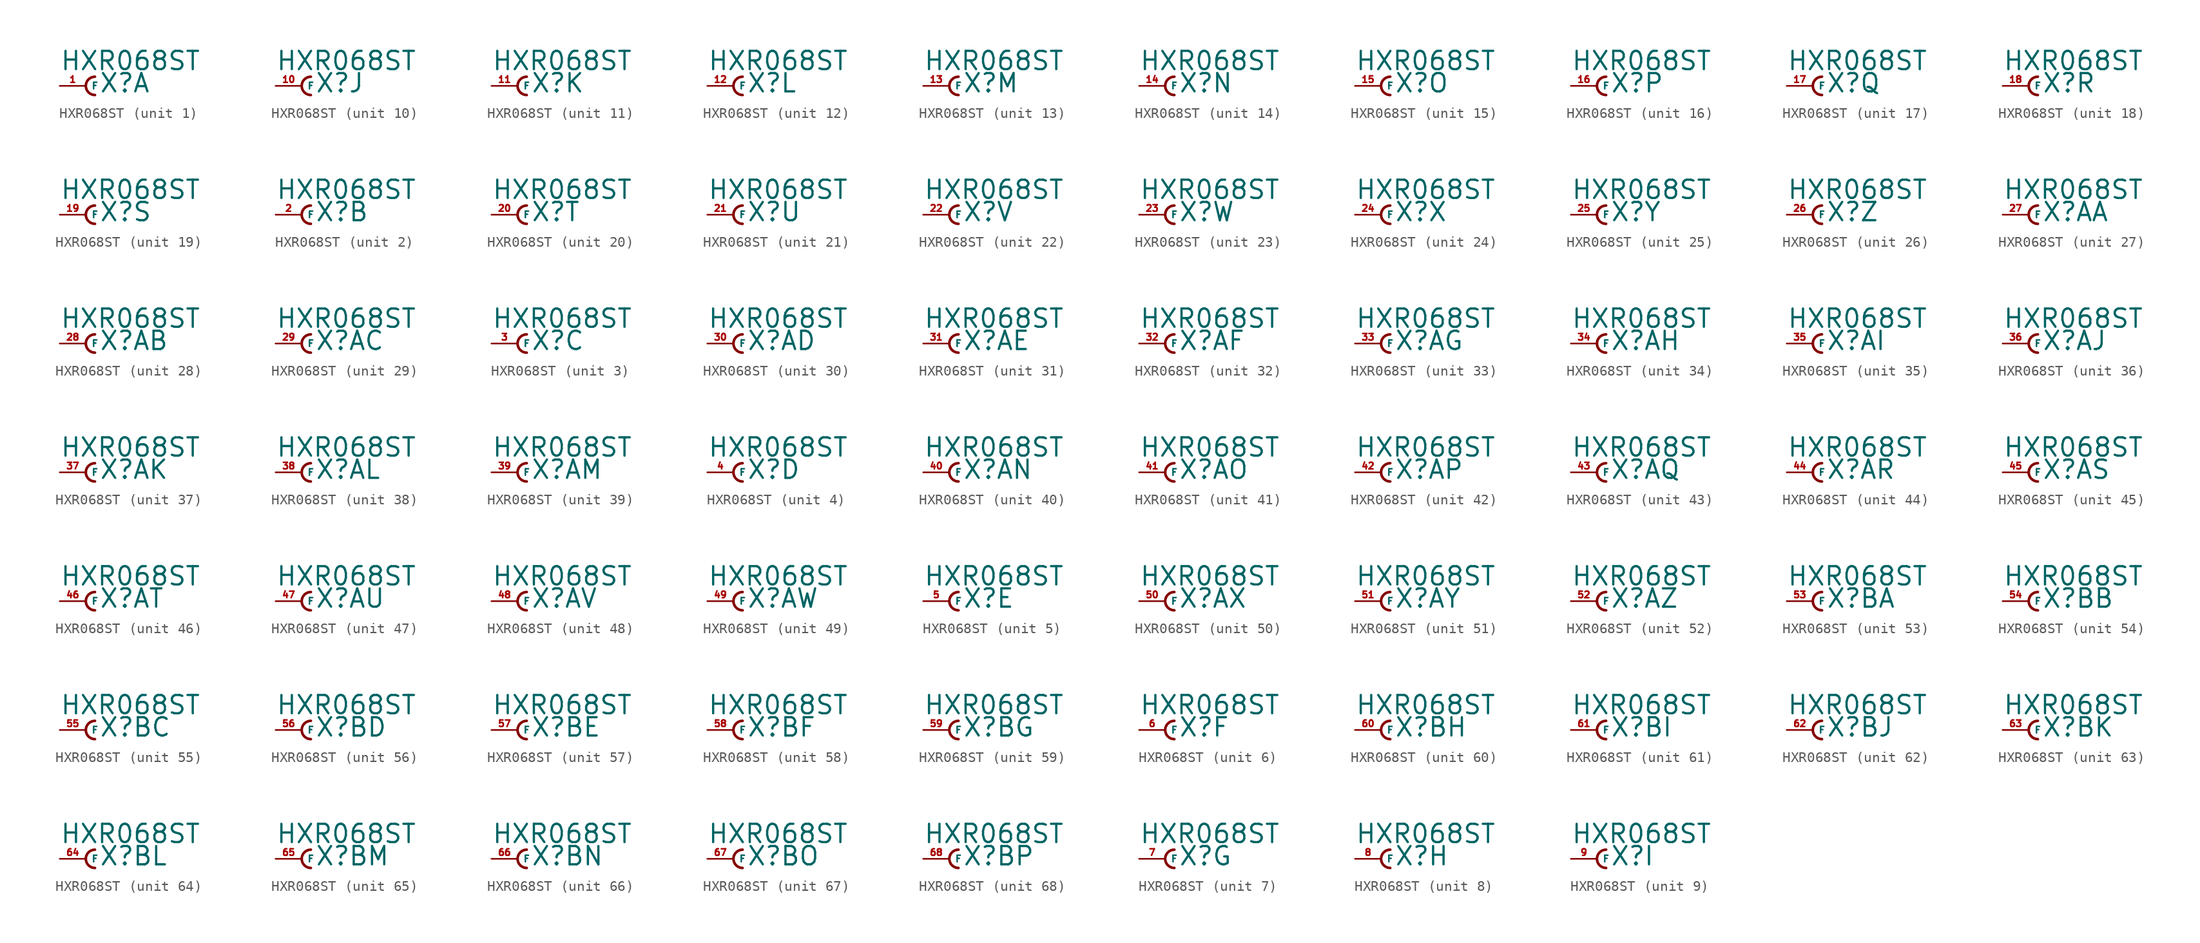
<source format=kicad_sym>
(kicad_symbol_lib
  (version 20220914)
  (generator Eagle2Kicad)
  (symbol "HXR068ST"
    (property "Reference" "X"
      (at 1.27 -0.762 0)
      (effects (font (size 1.778 1.778) (thickness 0.22)) (justify left bottom)))
    (property "Value" "HXR068ST"
      (at -2.54 1.397 0)
      (effects (font (size 1.778 1.778) (thickness 0.22)) (justify left bottom)))
    (symbol "HXR068ST_1_0"
      (arc (start 0.889 0.889) (mid 0.000 0.000) (end 0.889 -0.889) (stroke (width 0.254) (type default)) (fill (type none)))
      (pin passive line (at -2.54 0 0) (length 2.54) (name "F" (effects (font (size 0.635 0.635) (thickness 0.08)) (justify left bottom))) (number "1" (effects (font (size 0.635 0.635) (thickness 0.08)) (justify left bottom)))))
    (symbol "HXR068ST_2_0"
      (arc (start 0.889 0.889) (mid 0.000 0.000) (end 0.889 -0.889) (stroke (width 0.254) (type default)) (fill (type none)))
      (pin passive line (at -2.54 0 0) (length 2.54) (name "F" (effects (font (size 0.635 0.635) (thickness 0.08)) (justify left bottom))) (number "2" (effects (font (size 0.635 0.635) (thickness 0.08)) (justify left bottom)))))
    (symbol "HXR068ST_3_0"
      (arc (start 0.889 0.889) (mid 0.000 0.000) (end 0.889 -0.889) (stroke (width 0.254) (type default)) (fill (type none)))
      (pin passive line (at -2.54 0 0) (length 2.54) (name "F" (effects (font (size 0.635 0.635) (thickness 0.08)) (justify left bottom))) (number "3" (effects (font (size 0.635 0.635) (thickness 0.08)) (justify left bottom)))))
    (symbol "HXR068ST_4_0"
      (arc (start 0.889 0.889) (mid 0.000 0.000) (end 0.889 -0.889) (stroke (width 0.254) (type default)) (fill (type none)))
      (pin passive line (at -2.54 0 0) (length 2.54) (name "F" (effects (font (size 0.635 0.635) (thickness 0.08)) (justify left bottom))) (number "4" (effects (font (size 0.635 0.635) (thickness 0.08)) (justify left bottom)))))
    (symbol "HXR068ST_5_0"
      (arc (start 0.889 0.889) (mid 0.000 0.000) (end 0.889 -0.889) (stroke (width 0.254) (type default)) (fill (type none)))
      (pin passive line (at -2.54 0 0) (length 2.54) (name "F" (effects (font (size 0.635 0.635) (thickness 0.08)) (justify left bottom))) (number "5" (effects (font (size 0.635 0.635) (thickness 0.08)) (justify left bottom)))))
    (symbol "HXR068ST_6_0"
      (arc (start 0.889 0.889) (mid 0.000 0.000) (end 0.889 -0.889) (stroke (width 0.254) (type default)) (fill (type none)))
      (pin passive line (at -2.54 0 0) (length 2.54) (name "F" (effects (font (size 0.635 0.635) (thickness 0.08)) (justify left bottom))) (number "6" (effects (font (size 0.635 0.635) (thickness 0.08)) (justify left bottom)))))
    (symbol "HXR068ST_7_0"
      (arc (start 0.889 0.889) (mid 0.000 0.000) (end 0.889 -0.889) (stroke (width 0.254) (type default)) (fill (type none)))
      (pin passive line (at -2.54 0 0) (length 2.54) (name "F" (effects (font (size 0.635 0.635) (thickness 0.08)) (justify left bottom))) (number "7" (effects (font (size 0.635 0.635) (thickness 0.08)) (justify left bottom)))))
    (symbol "HXR068ST_8_0"
      (arc (start 0.889 0.889) (mid 0.000 0.000) (end 0.889 -0.889) (stroke (width 0.254) (type default)) (fill (type none)))
      (pin passive line (at -2.54 0 0) (length 2.54) (name "F" (effects (font (size 0.635 0.635) (thickness 0.08)) (justify left bottom))) (number "8" (effects (font (size 0.635 0.635) (thickness 0.08)) (justify left bottom)))))
    (symbol "HXR068ST_9_0"
      (arc (start 0.889 0.889) (mid 0.000 0.000) (end 0.889 -0.889) (stroke (width 0.254) (type default)) (fill (type none)))
      (pin passive line (at -2.54 0 0) (length 2.54) (name "F" (effects (font (size 0.635 0.635) (thickness 0.08)) (justify left bottom))) (number "9" (effects (font (size 0.635 0.635) (thickness 0.08)) (justify left bottom)))))
    (symbol "HXR068ST_10_0"
      (arc (start 0.889 0.889) (mid 0.000 0.000) (end 0.889 -0.889) (stroke (width 0.254) (type default)) (fill (type none)))
      (pin passive line (at -2.54 0 0) (length 2.54) (name "F" (effects (font (size 0.635 0.635) (thickness 0.08)) (justify left bottom))) (number "10" (effects (font (size 0.635 0.635) (thickness 0.08)) (justify left bottom)))))
    (symbol "HXR068ST_11_0"
      (arc (start 0.889 0.889) (mid 0.000 0.000) (end 0.889 -0.889) (stroke (width 0.254) (type default)) (fill (type none)))
      (pin passive line (at -2.54 0 0) (length 2.54) (name "F" (effects (font (size 0.635 0.635) (thickness 0.08)) (justify left bottom))) (number "11" (effects (font (size 0.635 0.635) (thickness 0.08)) (justify left bottom)))))
    (symbol "HXR068ST_12_0"
      (arc (start 0.889 0.889) (mid 0.000 0.000) (end 0.889 -0.889) (stroke (width 0.254) (type default)) (fill (type none)))
      (pin passive line (at -2.54 0 0) (length 2.54) (name "F" (effects (font (size 0.635 0.635) (thickness 0.08)) (justify left bottom))) (number "12" (effects (font (size 0.635 0.635) (thickness 0.08)) (justify left bottom)))))
    (symbol "HXR068ST_13_0"
      (arc (start 0.889 0.889) (mid 0.000 0.000) (end 0.889 -0.889) (stroke (width 0.254) (type default)) (fill (type none)))
      (pin passive line (at -2.54 0 0) (length 2.54) (name "F" (effects (font (size 0.635 0.635) (thickness 0.08)) (justify left bottom))) (number "13" (effects (font (size 0.635 0.635) (thickness 0.08)) (justify left bottom)))))
    (symbol "HXR068ST_14_0"
      (arc (start 0.889 0.889) (mid 0.000 0.000) (end 0.889 -0.889) (stroke (width 0.254) (type default)) (fill (type none)))
      (pin passive line (at -2.54 0 0) (length 2.54) (name "F" (effects (font (size 0.635 0.635) (thickness 0.08)) (justify left bottom))) (number "14" (effects (font (size 0.635 0.635) (thickness 0.08)) (justify left bottom)))))
    (symbol "HXR068ST_15_0"
      (arc (start 0.889 0.889) (mid 0.000 0.000) (end 0.889 -0.889) (stroke (width 0.254) (type default)) (fill (type none)))
      (pin passive line (at -2.54 0 0) (length 2.54) (name "F" (effects (font (size 0.635 0.635) (thickness 0.08)) (justify left bottom))) (number "15" (effects (font (size 0.635 0.635) (thickness 0.08)) (justify left bottom)))))
    (symbol "HXR068ST_16_0"
      (arc (start 0.889 0.889) (mid 0.000 0.000) (end 0.889 -0.889) (stroke (width 0.254) (type default)) (fill (type none)))
      (pin passive line (at -2.54 0 0) (length 2.54) (name "F" (effects (font (size 0.635 0.635) (thickness 0.08)) (justify left bottom))) (number "16" (effects (font (size 0.635 0.635) (thickness 0.08)) (justify left bottom)))))
    (symbol "HXR068ST_17_0"
      (arc (start 0.889 0.889) (mid 0.000 0.000) (end 0.889 -0.889) (stroke (width 0.254) (type default)) (fill (type none)))
      (pin passive line (at -2.54 0 0) (length 2.54) (name "F" (effects (font (size 0.635 0.635) (thickness 0.08)) (justify left bottom))) (number "17" (effects (font (size 0.635 0.635) (thickness 0.08)) (justify left bottom)))))
    (symbol "HXR068ST_18_0"
      (arc (start 0.889 0.889) (mid 0.000 0.000) (end 0.889 -0.889) (stroke (width 0.254) (type default)) (fill (type none)))
      (pin passive line (at -2.54 0 0) (length 2.54) (name "F" (effects (font (size 0.635 0.635) (thickness 0.08)) (justify left bottom))) (number "18" (effects (font (size 0.635 0.635) (thickness 0.08)) (justify left bottom)))))
    (symbol "HXR068ST_19_0"
      (arc (start 0.889 0.889) (mid 0.000 0.000) (end 0.889 -0.889) (stroke (width 0.254) (type default)) (fill (type none)))
      (pin passive line (at -2.54 0 0) (length 2.54) (name "F" (effects (font (size 0.635 0.635) (thickness 0.08)) (justify left bottom))) (number "19" (effects (font (size 0.635 0.635) (thickness 0.08)) (justify left bottom)))))
    (symbol "HXR068ST_20_0"
      (arc (start 0.889 0.889) (mid 0.000 0.000) (end 0.889 -0.889) (stroke (width 0.254) (type default)) (fill (type none)))
      (pin passive line (at -2.54 0 0) (length 2.54) (name "F" (effects (font (size 0.635 0.635) (thickness 0.08)) (justify left bottom))) (number "20" (effects (font (size 0.635 0.635) (thickness 0.08)) (justify left bottom)))))
    (symbol "HXR068ST_21_0"
      (arc (start 0.889 0.889) (mid 0.000 0.000) (end 0.889 -0.889) (stroke (width 0.254) (type default)) (fill (type none)))
      (pin passive line (at -2.54 0 0) (length 2.54) (name "F" (effects (font (size 0.635 0.635) (thickness 0.08)) (justify left bottom))) (number "21" (effects (font (size 0.635 0.635) (thickness 0.08)) (justify left bottom)))))
    (symbol "HXR068ST_22_0"
      (arc (start 0.889 0.889) (mid 0.000 0.000) (end 0.889 -0.889) (stroke (width 0.254) (type default)) (fill (type none)))
      (pin passive line (at -2.54 0 0) (length 2.54) (name "F" (effects (font (size 0.635 0.635) (thickness 0.08)) (justify left bottom))) (number "22" (effects (font (size 0.635 0.635) (thickness 0.08)) (justify left bottom)))))
    (symbol "HXR068ST_23_0"
      (arc (start 0.889 0.889) (mid 0.000 0.000) (end 0.889 -0.889) (stroke (width 0.254) (type default)) (fill (type none)))
      (pin passive line (at -2.54 0 0) (length 2.54) (name "F" (effects (font (size 0.635 0.635) (thickness 0.08)) (justify left bottom))) (number "23" (effects (font (size 0.635 0.635) (thickness 0.08)) (justify left bottom)))))
    (symbol "HXR068ST_24_0"
      (arc (start 0.889 0.889) (mid 0.000 0.000) (end 0.889 -0.889) (stroke (width 0.254) (type default)) (fill (type none)))
      (pin passive line (at -2.54 0 0) (length 2.54) (name "F" (effects (font (size 0.635 0.635) (thickness 0.08)) (justify left bottom))) (number "24" (effects (font (size 0.635 0.635) (thickness 0.08)) (justify left bottom)))))
    (symbol "HXR068ST_25_0"
      (arc (start 0.889 0.889) (mid 0.000 0.000) (end 0.889 -0.889) (stroke (width 0.254) (type default)) (fill (type none)))
      (pin passive line (at -2.54 0 0) (length 2.54) (name "F" (effects (font (size 0.635 0.635) (thickness 0.08)) (justify left bottom))) (number "25" (effects (font (size 0.635 0.635) (thickness 0.08)) (justify left bottom)))))
    (symbol "HXR068ST_26_0"
      (arc (start 0.889 0.889) (mid 0.000 0.000) (end 0.889 -0.889) (stroke (width 0.254) (type default)) (fill (type none)))
      (pin passive line (at -2.54 0 0) (length 2.54) (name "F" (effects (font (size 0.635 0.635) (thickness 0.08)) (justify left bottom))) (number "26" (effects (font (size 0.635 0.635) (thickness 0.08)) (justify left bottom)))))
    (symbol "HXR068ST_27_0"
      (arc (start 0.889 0.889) (mid 0.000 0.000) (end 0.889 -0.889) (stroke (width 0.254) (type default)) (fill (type none)))
      (pin passive line (at -2.54 0 0) (length 2.54) (name "F" (effects (font (size 0.635 0.635) (thickness 0.08)) (justify left bottom))) (number "27" (effects (font (size 0.635 0.635) (thickness 0.08)) (justify left bottom)))))
    (symbol "HXR068ST_28_0"
      (arc (start 0.889 0.889) (mid 0.000 0.000) (end 0.889 -0.889) (stroke (width 0.254) (type default)) (fill (type none)))
      (pin passive line (at -2.54 0 0) (length 2.54) (name "F" (effects (font (size 0.635 0.635) (thickness 0.08)) (justify left bottom))) (number "28" (effects (font (size 0.635 0.635) (thickness 0.08)) (justify left bottom)))))
    (symbol "HXR068ST_29_0"
      (arc (start 0.889 0.889) (mid 0.000 0.000) (end 0.889 -0.889) (stroke (width 0.254) (type default)) (fill (type none)))
      (pin passive line (at -2.54 0 0) (length 2.54) (name "F" (effects (font (size 0.635 0.635) (thickness 0.08)) (justify left bottom))) (number "29" (effects (font (size 0.635 0.635) (thickness 0.08)) (justify left bottom)))))
    (symbol "HXR068ST_30_0"
      (arc (start 0.889 0.889) (mid 0.000 0.000) (end 0.889 -0.889) (stroke (width 0.254) (type default)) (fill (type none)))
      (pin passive line (at -2.54 0 0) (length 2.54) (name "F" (effects (font (size 0.635 0.635) (thickness 0.08)) (justify left bottom))) (number "30" (effects (font (size 0.635 0.635) (thickness 0.08)) (justify left bottom)))))
    (symbol "HXR068ST_31_0"
      (arc (start 0.889 0.889) (mid 0.000 0.000) (end 0.889 -0.889) (stroke (width 0.254) (type default)) (fill (type none)))
      (pin passive line (at -2.54 0 0) (length 2.54) (name "F" (effects (font (size 0.635 0.635) (thickness 0.08)) (justify left bottom))) (number "31" (effects (font (size 0.635 0.635) (thickness 0.08)) (justify left bottom)))))
    (symbol "HXR068ST_32_0"
      (arc (start 0.889 0.889) (mid 0.000 0.000) (end 0.889 -0.889) (stroke (width 0.254) (type default)) (fill (type none)))
      (pin passive line (at -2.54 0 0) (length 2.54) (name "F" (effects (font (size 0.635 0.635) (thickness 0.08)) (justify left bottom))) (number "32" (effects (font (size 0.635 0.635) (thickness 0.08)) (justify left bottom)))))
    (symbol "HXR068ST_33_0"
      (arc (start 0.889 0.889) (mid 0.000 0.000) (end 0.889 -0.889) (stroke (width 0.254) (type default)) (fill (type none)))
      (pin passive line (at -2.54 0 0) (length 2.54) (name "F" (effects (font (size 0.635 0.635) (thickness 0.08)) (justify left bottom))) (number "33" (effects (font (size 0.635 0.635) (thickness 0.08)) (justify left bottom)))))
    (symbol "HXR068ST_34_0"
      (arc (start 0.889 0.889) (mid 0.000 0.000) (end 0.889 -0.889) (stroke (width 0.254) (type default)) (fill (type none)))
      (pin passive line (at -2.54 0 0) (length 2.54) (name "F" (effects (font (size 0.635 0.635) (thickness 0.08)) (justify left bottom))) (number "34" (effects (font (size 0.635 0.635) (thickness 0.08)) (justify left bottom)))))
    (symbol "HXR068ST_35_0"
      (arc (start 0.889 0.889) (mid 0.000 0.000) (end 0.889 -0.889) (stroke (width 0.254) (type default)) (fill (type none)))
      (pin passive line (at -2.54 0 0) (length 2.54) (name "F" (effects (font (size 0.635 0.635) (thickness 0.08)) (justify left bottom))) (number "35" (effects (font (size 0.635 0.635) (thickness 0.08)) (justify left bottom)))))
    (symbol "HXR068ST_36_0"
      (arc (start 0.889 0.889) (mid 0.000 0.000) (end 0.889 -0.889) (stroke (width 0.254) (type default)) (fill (type none)))
      (pin passive line (at -2.54 0 0) (length 2.54) (name "F" (effects (font (size 0.635 0.635) (thickness 0.08)) (justify left bottom))) (number "36" (effects (font (size 0.635 0.635) (thickness 0.08)) (justify left bottom)))))
    (symbol "HXR068ST_37_0"
      (arc (start 0.889 0.889) (mid 0.000 0.000) (end 0.889 -0.889) (stroke (width 0.254) (type default)) (fill (type none)))
      (pin passive line (at -2.54 0 0) (length 2.54) (name "F" (effects (font (size 0.635 0.635) (thickness 0.08)) (justify left bottom))) (number "37" (effects (font (size 0.635 0.635) (thickness 0.08)) (justify left bottom)))))
    (symbol "HXR068ST_38_0"
      (arc (start 0.889 0.889) (mid 0.000 0.000) (end 0.889 -0.889) (stroke (width 0.254) (type default)) (fill (type none)))
      (pin passive line (at -2.54 0 0) (length 2.54) (name "F" (effects (font (size 0.635 0.635) (thickness 0.08)) (justify left bottom))) (number "38" (effects (font (size 0.635 0.635) (thickness 0.08)) (justify left bottom)))))
    (symbol "HXR068ST_39_0"
      (arc (start 0.889 0.889) (mid 0.000 0.000) (end 0.889 -0.889) (stroke (width 0.254) (type default)) (fill (type none)))
      (pin passive line (at -2.54 0 0) (length 2.54) (name "F" (effects (font (size 0.635 0.635) (thickness 0.08)) (justify left bottom))) (number "39" (effects (font (size 0.635 0.635) (thickness 0.08)) (justify left bottom)))))
    (symbol "HXR068ST_40_0"
      (arc (start 0.889 0.889) (mid 0.000 0.000) (end 0.889 -0.889) (stroke (width 0.254) (type default)) (fill (type none)))
      (pin passive line (at -2.54 0 0) (length 2.54) (name "F" (effects (font (size 0.635 0.635) (thickness 0.08)) (justify left bottom))) (number "40" (effects (font (size 0.635 0.635) (thickness 0.08)) (justify left bottom)))))
    (symbol "HXR068ST_41_0"
      (arc (start 0.889 0.889) (mid 0.000 0.000) (end 0.889 -0.889) (stroke (width 0.254) (type default)) (fill (type none)))
      (pin passive line (at -2.54 0 0) (length 2.54) (name "F" (effects (font (size 0.635 0.635) (thickness 0.08)) (justify left bottom))) (number "41" (effects (font (size 0.635 0.635) (thickness 0.08)) (justify left bottom)))))
    (symbol "HXR068ST_42_0"
      (arc (start 0.889 0.889) (mid 0.000 0.000) (end 0.889 -0.889) (stroke (width 0.254) (type default)) (fill (type none)))
      (pin passive line (at -2.54 0 0) (length 2.54) (name "F" (effects (font (size 0.635 0.635) (thickness 0.08)) (justify left bottom))) (number "42" (effects (font (size 0.635 0.635) (thickness 0.08)) (justify left bottom)))))
    (symbol "HXR068ST_43_0"
      (arc (start 0.889 0.889) (mid 0.000 0.000) (end 0.889 -0.889) (stroke (width 0.254) (type default)) (fill (type none)))
      (pin passive line (at -2.54 0 0) (length 2.54) (name "F" (effects (font (size 0.635 0.635) (thickness 0.08)) (justify left bottom))) (number "43" (effects (font (size 0.635 0.635) (thickness 0.08)) (justify left bottom)))))
    (symbol "HXR068ST_44_0"
      (arc (start 0.889 0.889) (mid 0.000 0.000) (end 0.889 -0.889) (stroke (width 0.254) (type default)) (fill (type none)))
      (pin passive line (at -2.54 0 0) (length 2.54) (name "F" (effects (font (size 0.635 0.635) (thickness 0.08)) (justify left bottom))) (number "44" (effects (font (size 0.635 0.635) (thickness 0.08)) (justify left bottom)))))
    (symbol "HXR068ST_45_0"
      (arc (start 0.889 0.889) (mid 0.000 0.000) (end 0.889 -0.889) (stroke (width 0.254) (type default)) (fill (type none)))
      (pin passive line (at -2.54 0 0) (length 2.54) (name "F" (effects (font (size 0.635 0.635) (thickness 0.08)) (justify left bottom))) (number "45" (effects (font (size 0.635 0.635) (thickness 0.08)) (justify left bottom)))))
    (symbol "HXR068ST_46_0"
      (arc (start 0.889 0.889) (mid 0.000 0.000) (end 0.889 -0.889) (stroke (width 0.254) (type default)) (fill (type none)))
      (pin passive line (at -2.54 0 0) (length 2.54) (name "F" (effects (font (size 0.635 0.635) (thickness 0.08)) (justify left bottom))) (number "46" (effects (font (size 0.635 0.635) (thickness 0.08)) (justify left bottom)))))
    (symbol "HXR068ST_47_0"
      (arc (start 0.889 0.889) (mid 0.000 0.000) (end 0.889 -0.889) (stroke (width 0.254) (type default)) (fill (type none)))
      (pin passive line (at -2.54 0 0) (length 2.54) (name "F" (effects (font (size 0.635 0.635) (thickness 0.08)) (justify left bottom))) (number "47" (effects (font (size 0.635 0.635) (thickness 0.08)) (justify left bottom)))))
    (symbol "HXR068ST_48_0"
      (arc (start 0.889 0.889) (mid 0.000 0.000) (end 0.889 -0.889) (stroke (width 0.254) (type default)) (fill (type none)))
      (pin passive line (at -2.54 0 0) (length 2.54) (name "F" (effects (font (size 0.635 0.635) (thickness 0.08)) (justify left bottom))) (number "48" (effects (font (size 0.635 0.635) (thickness 0.08)) (justify left bottom)))))
    (symbol "HXR068ST_49_0"
      (arc (start 0.889 0.889) (mid 0.000 0.000) (end 0.889 -0.889) (stroke (width 0.254) (type default)) (fill (type none)))
      (pin passive line (at -2.54 0 0) (length 2.54) (name "F" (effects (font (size 0.635 0.635) (thickness 0.08)) (justify left bottom))) (number "49" (effects (font (size 0.635 0.635) (thickness 0.08)) (justify left bottom)))))
    (symbol "HXR068ST_50_0"
      (arc (start 0.889 0.889) (mid 0.000 0.000) (end 0.889 -0.889) (stroke (width 0.254) (type default)) (fill (type none)))
      (pin passive line (at -2.54 0 0) (length 2.54) (name "F" (effects (font (size 0.635 0.635) (thickness 0.08)) (justify left bottom))) (number "50" (effects (font (size 0.635 0.635) (thickness 0.08)) (justify left bottom)))))
    (symbol "HXR068ST_51_0"
      (arc (start 0.889 0.889) (mid 0.000 0.000) (end 0.889 -0.889) (stroke (width 0.254) (type default)) (fill (type none)))
      (pin passive line (at -2.54 0 0) (length 2.54) (name "F" (effects (font (size 0.635 0.635) (thickness 0.08)) (justify left bottom))) (number "51" (effects (font (size 0.635 0.635) (thickness 0.08)) (justify left bottom)))))
    (symbol "HXR068ST_52_0"
      (arc (start 0.889 0.889) (mid 0.000 0.000) (end 0.889 -0.889) (stroke (width 0.254) (type default)) (fill (type none)))
      (pin passive line (at -2.54 0 0) (length 2.54) (name "F" (effects (font (size 0.635 0.635) (thickness 0.08)) (justify left bottom))) (number "52" (effects (font (size 0.635 0.635) (thickness 0.08)) (justify left bottom)))))
    (symbol "HXR068ST_53_0"
      (arc (start 0.889 0.889) (mid 0.000 0.000) (end 0.889 -0.889) (stroke (width 0.254) (type default)) (fill (type none)))
      (pin passive line (at -2.54 0 0) (length 2.54) (name "F" (effects (font (size 0.635 0.635) (thickness 0.08)) (justify left bottom))) (number "53" (effects (font (size 0.635 0.635) (thickness 0.08)) (justify left bottom)))))
    (symbol "HXR068ST_54_0"
      (arc (start 0.889 0.889) (mid 0.000 0.000) (end 0.889 -0.889) (stroke (width 0.254) (type default)) (fill (type none)))
      (pin passive line (at -2.54 0 0) (length 2.54) (name "F" (effects (font (size 0.635 0.635) (thickness 0.08)) (justify left bottom))) (number "54" (effects (font (size 0.635 0.635) (thickness 0.08)) (justify left bottom)))))
    (symbol "HXR068ST_55_0"
      (arc (start 0.889 0.889) (mid 0.000 0.000) (end 0.889 -0.889) (stroke (width 0.254) (type default)) (fill (type none)))
      (pin passive line (at -2.54 0 0) (length 2.54) (name "F" (effects (font (size 0.635 0.635) (thickness 0.08)) (justify left bottom))) (number "55" (effects (font (size 0.635 0.635) (thickness 0.08)) (justify left bottom)))))
    (symbol "HXR068ST_56_0"
      (arc (start 0.889 0.889) (mid 0.000 0.000) (end 0.889 -0.889) (stroke (width 0.254) (type default)) (fill (type none)))
      (pin passive line (at -2.54 0 0) (length 2.54) (name "F" (effects (font (size 0.635 0.635) (thickness 0.08)) (justify left bottom))) (number "56" (effects (font (size 0.635 0.635) (thickness 0.08)) (justify left bottom)))))
    (symbol "HXR068ST_57_0"
      (arc (start 0.889 0.889) (mid 0.000 0.000) (end 0.889 -0.889) (stroke (width 0.254) (type default)) (fill (type none)))
      (pin passive line (at -2.54 0 0) (length 2.54) (name "F" (effects (font (size 0.635 0.635) (thickness 0.08)) (justify left bottom))) (number "57" (effects (font (size 0.635 0.635) (thickness 0.08)) (justify left bottom)))))
    (symbol "HXR068ST_58_0"
      (arc (start 0.889 0.889) (mid 0.000 0.000) (end 0.889 -0.889) (stroke (width 0.254) (type default)) (fill (type none)))
      (pin passive line (at -2.54 0 0) (length 2.54) (name "F" (effects (font (size 0.635 0.635) (thickness 0.08)) (justify left bottom))) (number "58" (effects (font (size 0.635 0.635) (thickness 0.08)) (justify left bottom)))))
    (symbol "HXR068ST_59_0"
      (arc (start 0.889 0.889) (mid 0.000 0.000) (end 0.889 -0.889) (stroke (width 0.254) (type default)) (fill (type none)))
      (pin passive line (at -2.54 0 0) (length 2.54) (name "F" (effects (font (size 0.635 0.635) (thickness 0.08)) (justify left bottom))) (number "59" (effects (font (size 0.635 0.635) (thickness 0.08)) (justify left bottom)))))
    (symbol "HXR068ST_60_0"
      (arc (start 0.889 0.889) (mid 0.000 0.000) (end 0.889 -0.889) (stroke (width 0.254) (type default)) (fill (type none)))
      (pin passive line (at -2.54 0 0) (length 2.54) (name "F" (effects (font (size 0.635 0.635) (thickness 0.08)) (justify left bottom))) (number "60" (effects (font (size 0.635 0.635) (thickness 0.08)) (justify left bottom)))))
    (symbol "HXR068ST_61_0"
      (arc (start 0.889 0.889) (mid 0.000 0.000) (end 0.889 -0.889) (stroke (width 0.254) (type default)) (fill (type none)))
      (pin passive line (at -2.54 0 0) (length 2.54) (name "F" (effects (font (size 0.635 0.635) (thickness 0.08)) (justify left bottom))) (number "61" (effects (font (size 0.635 0.635) (thickness 0.08)) (justify left bottom)))))
    (symbol "HXR068ST_62_0"
      (arc (start 0.889 0.889) (mid 0.000 0.000) (end 0.889 -0.889) (stroke (width 0.254) (type default)) (fill (type none)))
      (pin passive line (at -2.54 0 0) (length 2.54) (name "F" (effects (font (size 0.635 0.635) (thickness 0.08)) (justify left bottom))) (number "62" (effects (font (size 0.635 0.635) (thickness 0.08)) (justify left bottom)))))
    (symbol "HXR068ST_63_0"
      (arc (start 0.889 0.889) (mid 0.000 0.000) (end 0.889 -0.889) (stroke (width 0.254) (type default)) (fill (type none)))
      (pin passive line (at -2.54 0 0) (length 2.54) (name "F" (effects (font (size 0.635 0.635) (thickness 0.08)) (justify left bottom))) (number "63" (effects (font (size 0.635 0.635) (thickness 0.08)) (justify left bottom)))))
    (symbol "HXR068ST_64_0"
      (arc (start 0.889 0.889) (mid 0.000 0.000) (end 0.889 -0.889) (stroke (width 0.254) (type default)) (fill (type none)))
      (pin passive line (at -2.54 0 0) (length 2.54) (name "F" (effects (font (size 0.635 0.635) (thickness 0.08)) (justify left bottom))) (number "64" (effects (font (size 0.635 0.635) (thickness 0.08)) (justify left bottom)))))
    (symbol "HXR068ST_65_0"
      (arc (start 0.889 0.889) (mid 0.000 0.000) (end 0.889 -0.889) (stroke (width 0.254) (type default)) (fill (type none)))
      (pin passive line (at -2.54 0 0) (length 2.54) (name "F" (effects (font (size 0.635 0.635) (thickness 0.08)) (justify left bottom))) (number "65" (effects (font (size 0.635 0.635) (thickness 0.08)) (justify left bottom)))))
    (symbol "HXR068ST_66_0"
      (arc (start 0.889 0.889) (mid 0.000 0.000) (end 0.889 -0.889) (stroke (width 0.254) (type default)) (fill (type none)))
      (pin passive line (at -2.54 0 0) (length 2.54) (name "F" (effects (font (size 0.635 0.635) (thickness 0.08)) (justify left bottom))) (number "66" (effects (font (size 0.635 0.635) (thickness 0.08)) (justify left bottom)))))
    (symbol "HXR068ST_67_0"
      (arc (start 0.889 0.889) (mid 0.000 0.000) (end 0.889 -0.889) (stroke (width 0.254) (type default)) (fill (type none)))
      (pin passive line (at -2.54 0 0) (length 2.54) (name "F" (effects (font (size 0.635 0.635) (thickness 0.08)) (justify left bottom))) (number "67" (effects (font (size 0.635 0.635) (thickness 0.08)) (justify left bottom)))))
    (symbol "HXR068ST_68_0"
      (arc (start 0.889 0.889) (mid 0.000 0.000) (end 0.889 -0.889) (stroke (width 0.254) (type default)) (fill (type none)))
      (pin passive line (at -2.54 0 0) (length 2.54) (name "F" (effects (font (size 0.635 0.635) (thickness 0.08)) (justify left bottom))) (number "68" (effects (font (size 0.635 0.635) (thickness 0.08)) (justify left bottom)))))))
</source>
